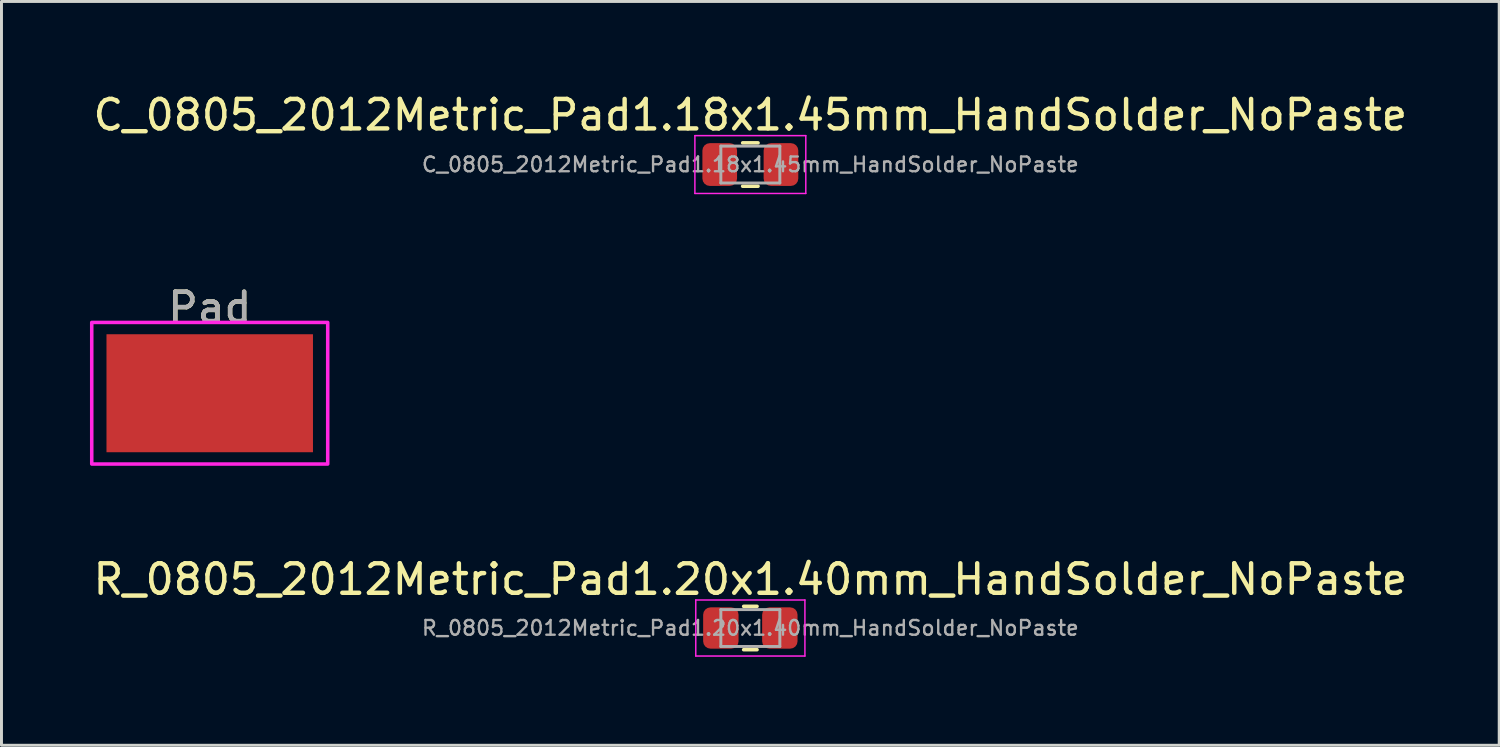
<source format=kicad_pcb>
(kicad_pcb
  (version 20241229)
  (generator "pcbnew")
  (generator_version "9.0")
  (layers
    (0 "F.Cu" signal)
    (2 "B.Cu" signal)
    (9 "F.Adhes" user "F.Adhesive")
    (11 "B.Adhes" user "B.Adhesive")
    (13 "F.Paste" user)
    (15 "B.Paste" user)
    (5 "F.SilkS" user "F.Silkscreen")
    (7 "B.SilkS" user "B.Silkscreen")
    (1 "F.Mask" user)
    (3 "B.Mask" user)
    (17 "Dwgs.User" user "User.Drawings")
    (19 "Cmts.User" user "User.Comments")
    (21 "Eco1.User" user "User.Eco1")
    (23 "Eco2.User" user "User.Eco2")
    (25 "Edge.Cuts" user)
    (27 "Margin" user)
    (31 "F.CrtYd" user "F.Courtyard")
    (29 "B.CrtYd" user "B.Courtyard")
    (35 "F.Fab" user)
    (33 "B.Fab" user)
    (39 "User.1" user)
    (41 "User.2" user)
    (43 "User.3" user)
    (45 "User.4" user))
  (footprint "R_0805_2012Metric_Pad1.20x1.40mm_HandSolder_NoPaste"
    (layer "F.Cu")
    (at 22.387 18.24)
    (property "Reference" "R_0805_2012Metric_Pad1.20x1.40mm_HandSolder_NoPaste" (at 0 -1.65 0) (layer "F.SilkS") (effects (font (size 1 1) (thickness 0.15))))
    (attr smd)
    (fp_line (start -0.227 -0.735) (end 0.227 -0.735) (stroke (width 0.12) (type solid)) (layer "F.SilkS"))
    (fp_line (start -0.227 0.735) (end 0.227 0.735) (stroke (width 0.12) (type solid)) (layer "F.SilkS"))
    (fp_line (start -1.85 -0.95) (end 1.85 -0.95) (stroke (width 0.05) (type solid)) (layer "F.CrtYd"))
    (fp_line (start -1.85 0.95) (end -1.85 -0.95) (stroke (width 0.05) (type solid)) (layer "F.CrtYd"))
    (fp_line (start 1.85 -0.95) (end 1.85 0.95) (stroke (width 0.05) (type solid)) (layer "F.CrtYd"))
    (fp_line (start 1.85 0.95) (end -1.85 0.95) (stroke (width 0.05) (type solid)) (layer "F.CrtYd"))
    (fp_line (start -1 -0.625) (end 1 -0.625) (stroke (width 0.1) (type solid)) (layer "F.Fab"))
    (fp_line (start -1 0.625) (end -1 -0.625) (stroke (width 0.1) (type solid)) (layer "F.Fab"))
    (fp_line (start 1 -0.625) (end 1 0.625) (stroke (width 0.1) (type solid)) (layer "F.Fab"))
    (fp_line (start 1 0.625) (end -1 0.625) (stroke (width 0.1) (type solid)) (layer "F.Fab"))
    (fp_text user "${REFERENCE}" (at 0 0 0) (layer "F.Fab") (effects (font (size 0.5 0.5) (thickness 0.08))))
    (pad "1" smd roundrect (at -1 0) (size 1.2 1.4) (layers "F.Cu" "F.Mask") (roundrect_rratio 0.208))
    (pad "2" smd roundrect (at 1 0) (size 1.2 1.4) (layers "F.Cu" "F.Mask") (roundrect_rratio 0.208)))
  (footprint "C_0805_2012Metric_Pad1.18x1.45mm_HandSolder_NoPaste"
    (layer "F.Cu")
    (at 22.387 2.528)
    (property "Reference" "C_0805_2012Metric_Pad1.18x1.45mm_HandSolder_NoPaste" (at 0 -1.68 0) (layer "F.SilkS") (effects (font (size 1 1) (thickness 0.15))))
    (attr smd)
    (fp_line (start -0.261 -0.735) (end 0.261 -0.735) (stroke (width 0.12) (type solid)) (layer "F.SilkS"))
    (fp_line (start -0.261 0.735) (end 0.261 0.735) (stroke (width 0.12) (type solid)) (layer "F.SilkS"))
    (fp_line (start -1.88 -0.98) (end 1.88 -0.98) (stroke (width 0.05) (type solid)) (layer "F.CrtYd"))
    (fp_line (start -1.88 0.98) (end -1.88 -0.98) (stroke (width 0.05) (type solid)) (layer "F.CrtYd"))
    (fp_line (start 1.88 -0.98) (end 1.88 0.98) (stroke (width 0.05) (type solid)) (layer "F.CrtYd"))
    (fp_line (start 1.88 0.98) (end -1.88 0.98) (stroke (width 0.05) (type solid)) (layer "F.CrtYd"))
    (fp_line (start -1 -0.625) (end 1 -0.625) (stroke (width 0.1) (type solid)) (layer "F.Fab"))
    (fp_line (start -1 0.625) (end -1 -0.625) (stroke (width 0.1) (type solid)) (layer "F.Fab"))
    (fp_line (start 1 -0.625) (end 1 0.625) (stroke (width 0.1) (type solid)) (layer "F.Fab"))
    (fp_line (start 1 0.625) (end -1 0.625) (stroke (width 0.1) (type solid)) (layer "F.Fab"))
    (fp_text user "${REFERENCE}" (at 0 0 0) (layer "F.Fab") (effects (font (size 0.5 0.5) (thickness 0.08))))
    (pad "1" smd roundrect (at -1.038 0) (size 1.175 1.45) (layers "F.Cu" "F.Mask") (roundrect_rratio 0.213))
    (pad "2" smd roundrect (at 1.038 0) (size 1.175 1.45) (layers "F.Cu" "F.Mask") (roundrect_rratio 0.213)))
  (footprint "Pad"
    (layer "F.Cu")
    (at 4.06 10.281)
    (property "Reference" "Pad" (at 0 -2.898 0) (layer "F.SilkS") (effects (font (size 1 1) (thickness 0.15))))
    (attr exclude_from_pos_files exclude_from_bom)
    (fp_rect (start -4 -2.4) (end 4 2.4) (stroke (width 0.12) (type default)) (fill no) (layer "F.CrtYd"))
    (fp_text user "${REFERENCE}" (at 0 -2.9 0) (layer "F.Fab") (effects (font (size 1 1) (thickness 0.15))))
    (pad "1" smd rect (at 0 0) (size 7 4) (layers "F.Cu" "F.Mask")))
  (gr_rect
    (start -3 -3)
    (end 47.774 22.215)
    (stroke (width 0.1) (type default))
    (fill no)
    (layer "Edge.Cuts")))
</source>
